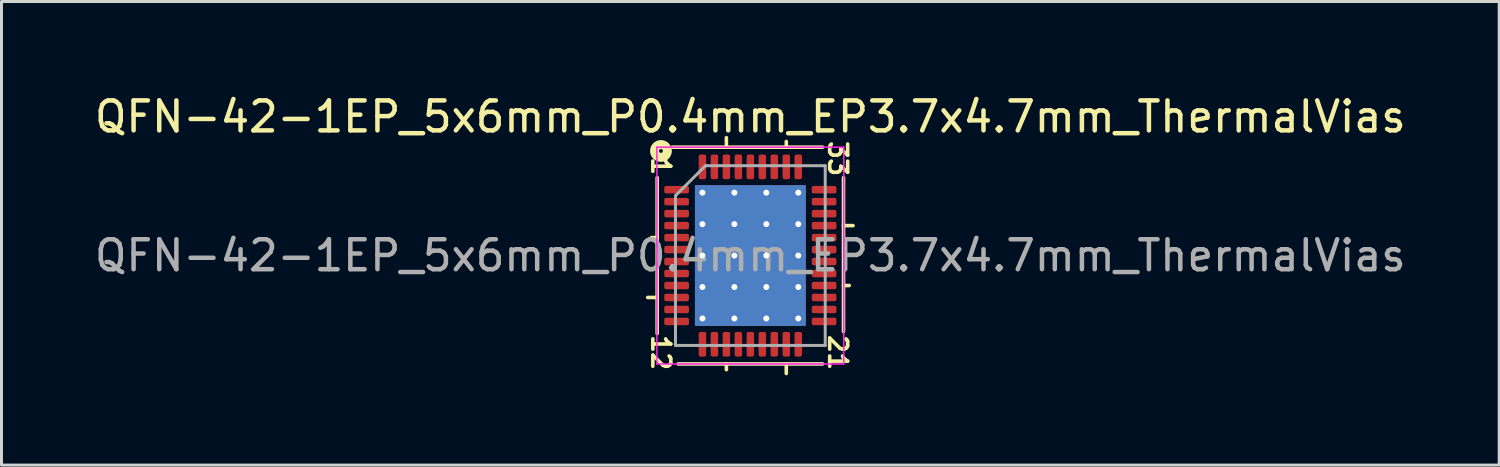
<source format=kicad_pcb>
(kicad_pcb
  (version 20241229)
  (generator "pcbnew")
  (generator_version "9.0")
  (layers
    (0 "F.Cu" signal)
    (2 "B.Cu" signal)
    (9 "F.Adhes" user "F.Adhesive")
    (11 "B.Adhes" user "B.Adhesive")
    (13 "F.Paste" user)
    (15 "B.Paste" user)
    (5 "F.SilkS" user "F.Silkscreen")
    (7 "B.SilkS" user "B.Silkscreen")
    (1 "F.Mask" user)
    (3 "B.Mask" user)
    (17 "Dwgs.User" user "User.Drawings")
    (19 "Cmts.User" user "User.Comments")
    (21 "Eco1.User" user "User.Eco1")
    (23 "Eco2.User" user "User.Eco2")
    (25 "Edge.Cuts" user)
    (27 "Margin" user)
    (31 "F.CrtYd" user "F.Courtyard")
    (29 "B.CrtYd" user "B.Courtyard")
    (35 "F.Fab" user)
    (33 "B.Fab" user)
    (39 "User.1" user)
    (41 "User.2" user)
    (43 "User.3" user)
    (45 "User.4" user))
  (footprint "QFN-42-1EP_5x6mm_P0.4mm_EP3.7x4.7mm_ThermalVias"
    (layer "F.Cu")
    (at 22.006 5.484)
    (property "Reference" "QFN-42-1EP_5x6mm_P0.4mm_EP3.7x4.7mm_ThermalVias" (at 0 -4.636 0) (layer "F.SilkS") (effects (font (size 1 1) (thickness 0.15))))
    (attr smd)
    (fp_line (start -3.111 -2.603) (end -3.111 2.603) (stroke (width 0.12) (type solid)) (layer "F.SilkS"))
    (fp_line (start -3.111 -0.6) (end -3.302 -0.6) (stroke (width 0.12) (type solid)) (layer "F.SilkS"))
    (fp_line (start -3.111 1.4) (end -3.429 1.4) (stroke (width 0.12) (type solid)) (layer "F.SilkS"))
    (fp_line (start -2.413 3.619) (end 2.413 3.619) (stroke (width 0.12) (type solid)) (layer "F.SilkS"))
    (fp_line (start -0.8 -3.937) (end -0.8 -3.619) (stroke (width 0.12) (type solid)) (layer "F.SilkS"))
    (fp_line (start -0.8 3.619) (end -0.8 3.81) (stroke (width 0.12) (type solid)) (layer "F.SilkS"))
    (fp_line (start 1.2 -3.81) (end 1.2 -3.619) (stroke (width 0.12) (type solid)) (layer "F.SilkS"))
    (fp_line (start 1.2 3.619) (end 1.2 3.937) (stroke (width 0.12) (type solid)) (layer "F.SilkS"))
    (fp_line (start 2.413 -3.619) (end -2.603 -3.619) (stroke (width 0.12) (type solid)) (layer "F.SilkS"))
    (fp_line (start 3.111 -1) (end 3.429 -1) (stroke (width 0.12) (type solid)) (layer "F.SilkS"))
    (fp_line (start 3.111 1) (end 3.302 1) (stroke (width 0.12) (type solid)) (layer "F.SilkS"))
    (fp_line (start 3.111 2.54) (end 3.111 -2.603) (stroke (width 0.12) (type solid)) (layer "F.SilkS"))
    (fp_circle (center -2.985 -3.493) (end -2.921 -3.493) (stroke (width 0.3) (type solid)) (fill no) (layer "F.SilkS"))
    (fp_line (start -3.12 -3.62) (end -3.12 3.62) (stroke (width 0.05) (type solid)) (layer "F.CrtYd"))
    (fp_line (start -3.12 3.62) (end 3.12 3.62) (stroke (width 0.05) (type solid)) (layer "F.CrtYd"))
    (fp_line (start 3.12 -3.62) (end -3.12 -3.62) (stroke (width 0.05) (type solid)) (layer "F.CrtYd"))
    (fp_line (start 3.12 3.62) (end 3.12 -3.62) (stroke (width 0.05) (type solid)) (layer "F.CrtYd"))
    (fp_line (start -2.5 -2) (end -1.5 -3) (stroke (width 0.1) (type solid)) (layer "F.Fab"))
    (fp_line (start -2.5 3) (end -2.5 -2) (stroke (width 0.1) (type solid)) (layer "F.Fab"))
    (fp_line (start -1.5 -3) (end 2.5 -3) (stroke (width 0.1) (type solid)) (layer "F.Fab"))
    (fp_line (start 2.5 -3) (end 2.5 3) (stroke (width 0.1) (type solid)) (layer "F.Fab"))
    (fp_line (start 2.5 3) (end -2.5 3) (stroke (width 0.1) (type solid)) (layer "F.Fab"))
    (fp_text user "21" (at 2.921 3.239 270) (unlocked yes) (layer "F.SilkS") (effects (font (size 0.6 0.6) (thickness 0.12))))
    (fp_text user "33" (at 2.921 -3.239 270) (unlocked yes) (layer "F.SilkS") (effects (font (size 0.6 0.6) (thickness 0.12))))
    (fp_text user "1" (at -2.985 -2.985 270) (unlocked yes) (layer "F.SilkS") (effects (font (size 0.6 0.6) (thickness 0.12))))
    (fp_text user "12" (at -2.985 3.239 270) (unlocked yes) (layer "F.SilkS") (effects (font (size 0.6 0.6) (thickness 0.12))))
    (fp_text user "${REFERENCE}" (at 0 0 0) (layer "F.Fab") (effects (font (size 1 1) (thickness 0.15))))
    (pad "" smd custom (at -1.067 -1.575) (size 0.799 0.799) (layers "F.Paste") (options (anchor circle)) (primitives (gr_poly (pts (xy 0.366 -0.252) (xy 0.366 0.252) (xy 0.274 0.344) (xy -0.274 0.344) (xy -0.366 0.252) (xy -0.366 -0.252) (xy -0.274 -0.344) (xy 0.274 -0.344)) (width 0.222) (fill yes))))
    (pad "" smd custom (at -1.067 -0.525) (size 0.799 0.799) (layers "F.Paste") (options (anchor circle)) (primitives (gr_poly (pts (xy 0.366 -0.252) (xy 0.366 0.252) (xy 0.274 0.344) (xy -0.274 0.344) (xy -0.366 0.252) (xy -0.366 -0.252) (xy -0.274 -0.344) (xy 0.274 -0.344)) (width 0.222) (fill yes))))
    (pad "" smd custom (at -1.067 0.525) (size 0.799 0.799) (layers "F.Paste") (options (anchor circle)) (primitives (gr_poly (pts (xy 0.366 -0.252) (xy 0.366 0.252) (xy 0.274 0.344) (xy -0.274 0.344) (xy -0.366 0.252) (xy -0.366 -0.252) (xy -0.274 -0.344) (xy 0.274 -0.344)) (width 0.222) (fill yes))))
    (pad "" smd custom (at -1.067 1.575) (size 0.799 0.799) (layers "F.Paste") (options (anchor circle)) (primitives (gr_poly (pts (xy 0.366 -0.252) (xy 0.366 0.252) (xy 0.274 0.344) (xy -0.274 0.344) (xy -0.366 0.252) (xy -0.366 -0.252) (xy -0.274 -0.344) (xy 0.274 -0.344)) (width 0.222) (fill yes))))
    (pad "" smd custom (at 0 -1.575) (size 0.799 0.799) (layers "F.Paste") (options (anchor circle)) (primitives (gr_poly (pts (xy 0.366 -0.252) (xy 0.366 0.252) (xy 0.274 0.344) (xy -0.274 0.344) (xy -0.366 0.252) (xy -0.366 -0.252) (xy -0.274 -0.344) (xy 0.274 -0.344)) (width 0.222) (fill yes))))
    (pad "" smd custom (at 0 -0.525) (size 0.799 0.799) (layers "F.Paste") (options (anchor circle)) (primitives (gr_poly (pts (xy 0.366 -0.252) (xy 0.366 0.252) (xy 0.274 0.344) (xy -0.274 0.344) (xy -0.366 0.252) (xy -0.366 -0.252) (xy -0.274 -0.344) (xy 0.274 -0.344)) (width 0.222) (fill yes))))
    (pad "" smd custom (at 0 0.525) (size 0.799 0.799) (layers "F.Paste") (options (anchor circle)) (primitives (gr_poly (pts (xy 0.366 -0.252) (xy 0.366 0.252) (xy 0.274 0.344) (xy -0.274 0.344) (xy -0.366 0.252) (xy -0.366 -0.252) (xy -0.274 -0.344) (xy 0.274 -0.344)) (width 0.222) (fill yes))))
    (pad "" smd custom (at 0 1.575) (size 0.799 0.799) (layers "F.Paste") (options (anchor circle)) (primitives (gr_poly (pts (xy 0.366 -0.252) (xy 0.366 0.252) (xy 0.274 0.344) (xy -0.274 0.344) (xy -0.366 0.252) (xy -0.366 -0.252) (xy -0.274 -0.344) (xy 0.274 -0.344)) (width 0.222) (fill yes))))
    (pad "" smd custom (at 1.067 -1.575) (size 0.799 0.799) (layers "F.Paste") (options (anchor circle)) (primitives (gr_poly (pts (xy 0.366 -0.252) (xy 0.366 0.252) (xy 0.274 0.344) (xy -0.274 0.344) (xy -0.366 0.252) (xy -0.366 -0.252) (xy -0.274 -0.344) (xy 0.274 -0.344)) (width 0.222) (fill yes))))
    (pad "" smd custom (at 1.067 -0.525) (size 0.799 0.799) (layers "F.Paste") (options (anchor circle)) (primitives (gr_poly (pts (xy 0.366 -0.252) (xy 0.366 0.252) (xy 0.274 0.344) (xy -0.274 0.344) (xy -0.366 0.252) (xy -0.366 -0.252) (xy -0.274 -0.344) (xy 0.274 -0.344)) (width 0.222) (fill yes))))
    (pad "" smd custom (at 1.067 0.525) (size 0.799 0.799) (layers "F.Paste") (options (anchor circle)) (primitives (gr_poly (pts (xy 0.366 -0.252) (xy 0.366 0.252) (xy 0.274 0.344) (xy -0.274 0.344) (xy -0.366 0.252) (xy -0.366 -0.252) (xy -0.274 -0.344) (xy 0.274 -0.344)) (width 0.222) (fill yes))))
    (pad "" smd custom (at 1.067 1.575) (size 0.799 0.799) (layers "F.Paste") (options (anchor circle)) (primitives (gr_poly (pts (xy 0.366 -0.252) (xy 0.366 0.252) (xy 0.274 0.344) (xy -0.274 0.344) (xy -0.366 0.252) (xy -0.366 -0.252) (xy -0.274 -0.344) (xy 0.274 -0.344)) (width 0.222) (fill yes))))
    (pad "1" smd roundrect (at -2.462 -2.2) (size 0.825 0.25) (layers "F.Cu" "F.Mask" "F.Paste") (roundrect_rratio 0.25))
    (pad "2" smd roundrect (at -2.462 -1.8) (size 0.825 0.25) (layers "F.Cu" "F.Mask" "F.Paste") (roundrect_rratio 0.25))
    (pad "3" smd roundrect (at -2.462 -1.4) (size 0.825 0.25) (layers "F.Cu" "F.Mask" "F.Paste") (roundrect_rratio 0.25))
    (pad "4" smd roundrect (at -2.462 -1) (size 0.825 0.25) (layers "F.Cu" "F.Mask" "F.Paste") (roundrect_rratio 0.25))
    (pad "5" smd roundrect (at -2.462 -0.6) (size 0.825 0.25) (layers "F.Cu" "F.Mask" "F.Paste") (roundrect_rratio 0.25))
    (pad "6" smd roundrect (at -2.462 -0.2) (size 0.825 0.25) (layers "F.Cu" "F.Mask" "F.Paste") (roundrect_rratio 0.25))
    (pad "7" smd roundrect (at -2.462 0.2) (size 0.825 0.25) (layers "F.Cu" "F.Mask" "F.Paste") (roundrect_rratio 0.25))
    (pad "8" smd roundrect (at -2.462 0.6) (size 0.825 0.25) (layers "F.Cu" "F.Mask" "F.Paste") (roundrect_rratio 0.25))
    (pad "9" smd roundrect (at -2.462 1) (size 0.825 0.25) (layers "F.Cu" "F.Mask" "F.Paste") (roundrect_rratio 0.25))
    (pad "10" smd roundrect (at -2.462 1.4) (size 0.825 0.25) (layers "F.Cu" "F.Mask" "F.Paste") (roundrect_rratio 0.25))
    (pad "11" smd roundrect (at -2.462 1.8) (size 0.825 0.25) (layers "F.Cu" "F.Mask" "F.Paste") (roundrect_rratio 0.25))
    (pad "12" smd roundrect (at -2.462 2.2) (size 0.825 0.25) (layers "F.Cu" "F.Mask" "F.Paste") (roundrect_rratio 0.25))
    (pad "13" smd roundrect (at -1.6 2.962) (size 0.25 0.825) (layers "F.Cu" "F.Mask" "F.Paste") (roundrect_rratio 0.25))
    (pad "14" smd roundrect (at -1.2 2.962) (size 0.25 0.825) (layers "F.Cu" "F.Mask" "F.Paste") (roundrect_rratio 0.25))
    (pad "15" smd roundrect (at -0.8 2.962) (size 0.25 0.825) (layers "F.Cu" "F.Mask" "F.Paste") (roundrect_rratio 0.25))
    (pad "16" smd roundrect (at -0.4 2.962) (size 0.25 0.825) (layers "F.Cu" "F.Mask" "F.Paste") (roundrect_rratio 0.25))
    (pad "17" smd roundrect (at 0 2.962) (size 0.25 0.825) (layers "F.Cu" "F.Mask" "F.Paste") (roundrect_rratio 0.25))
    (pad "18" smd roundrect (at 0.4 2.962) (size 0.25 0.825) (layers "F.Cu" "F.Mask" "F.Paste") (roundrect_rratio 0.25))
    (pad "19" smd roundrect (at 0.8 2.962) (size 0.25 0.825) (layers "F.Cu" "F.Mask" "F.Paste") (roundrect_rratio 0.25))
    (pad "20" smd roundrect (at 1.2 2.962) (size 0.25 0.825) (layers "F.Cu" "F.Mask" "F.Paste") (roundrect_rratio 0.25))
    (pad "21" smd roundrect (at 1.6 2.962) (size 0.25 0.825) (layers "F.Cu" "F.Mask" "F.Paste") (roundrect_rratio 0.25))
    (pad "22" smd roundrect (at 2.462 2.2) (size 0.825 0.25) (layers "F.Cu" "F.Mask" "F.Paste") (roundrect_rratio 0.25))
    (pad "23" smd roundrect (at 2.462 1.8) (size 0.825 0.25) (layers "F.Cu" "F.Mask" "F.Paste") (roundrect_rratio 0.25))
    (pad "24" smd roundrect (at 2.462 1.4) (size 0.825 0.25) (layers "F.Cu" "F.Mask" "F.Paste") (roundrect_rratio 0.25))
    (pad "25" smd roundrect (at 2.462 1) (size 0.825 0.25) (layers "F.Cu" "F.Mask" "F.Paste") (roundrect_rratio 0.25))
    (pad "26" smd roundrect (at 2.462 0.6) (size 0.825 0.25) (layers "F.Cu" "F.Mask" "F.Paste") (roundrect_rratio 0.25))
    (pad "27" smd roundrect (at 2.462 0.2) (size 0.825 0.25) (layers "F.Cu" "F.Mask" "F.Paste") (roundrect_rratio 0.25))
    (pad "28" smd roundrect (at 2.462 -0.2) (size 0.825 0.25) (layers "F.Cu" "F.Mask" "F.Paste") (roundrect_rratio 0.25))
    (pad "29" smd roundrect (at 2.462 -0.6) (size 0.825 0.25) (layers "F.Cu" "F.Mask" "F.Paste") (roundrect_rratio 0.25))
    (pad "30" smd roundrect (at 2.462 -1) (size 0.825 0.25) (layers "F.Cu" "F.Mask" "F.Paste") (roundrect_rratio 0.25))
    (pad "31" smd roundrect (at 2.462 -1.4) (size 0.825 0.25) (layers "F.Cu" "F.Mask" "F.Paste") (roundrect_rratio 0.25))
    (pad "32" smd roundrect (at 2.462 -1.8) (size 0.825 0.25) (layers "F.Cu" "F.Mask" "F.Paste") (roundrect_rratio 0.25))
    (pad "33" smd roundrect (at 2.462 -2.2) (size 0.825 0.25) (layers "F.Cu" "F.Mask" "F.Paste") (roundrect_rratio 0.25))
    (pad "34" smd roundrect (at 1.6 -2.962) (size 0.25 0.825) (layers "F.Cu" "F.Mask" "F.Paste") (roundrect_rratio 0.25))
    (pad "35" smd roundrect (at 1.2 -2.962) (size 0.25 0.825) (layers "F.Cu" "F.Mask" "F.Paste") (roundrect_rratio 0.25))
    (pad "36" smd roundrect (at 0.8 -2.962) (size 0.25 0.825) (layers "F.Cu" "F.Mask" "F.Paste") (roundrect_rratio 0.25))
    (pad "37" smd roundrect (at 0.4 -2.962) (size 0.25 0.825) (layers "F.Cu" "F.Mask" "F.Paste") (roundrect_rratio 0.25))
    (pad "38" smd roundrect (at 0 -2.962) (size 0.25 0.825) (layers "F.Cu" "F.Mask" "F.Paste") (roundrect_rratio 0.25))
    (pad "39" smd roundrect (at -0.4 -2.962) (size 0.25 0.825) (layers "F.Cu" "F.Mask" "F.Paste") (roundrect_rratio 0.25))
    (pad "40" smd roundrect (at -0.8 -2.962) (size 0.25 0.825) (layers "F.Cu" "F.Mask" "F.Paste") (roundrect_rratio 0.25))
    (pad "41" smd roundrect (at -1.2 -2.962) (size 0.25 0.825) (layers "F.Cu" "F.Mask" "F.Paste") (roundrect_rratio 0.25))
    (pad "42" smd roundrect (at -1.6 -2.962) (size 0.25 0.825) (layers "F.Cu" "F.Mask" "F.Paste") (roundrect_rratio 0.25))
    (pad "43" thru_hole circle (at -1.6 -2.1) (size 0.5 0.5) (drill 0.2) (layers "*.Cu"))
    (pad "43" thru_hole circle (at -1.6 -1.05) (size 0.5 0.5) (drill 0.2) (layers "*.Cu"))
    (pad "43" thru_hole circle (at -1.6 0) (size 0.5 0.5) (drill 0.2) (layers "*.Cu"))
    (pad "43" thru_hole circle (at -1.6 1.05) (size 0.5 0.5) (drill 0.2) (layers "*.Cu"))
    (pad "43" thru_hole circle (at -1.6 2.1) (size 0.5 0.5) (drill 0.2) (layers "*.Cu"))
    (pad "43" thru_hole circle (at -0.533 -2.1) (size 0.5 0.5) (drill 0.2) (layers "*.Cu"))
    (pad "43" thru_hole circle (at -0.533 -1.05) (size 0.5 0.5) (drill 0.2) (layers "*.Cu"))
    (pad "43" thru_hole circle (at -0.533 0) (size 0.5 0.5) (drill 0.2) (layers "*.Cu"))
    (pad "43" thru_hole circle (at -0.533 1.05) (size 0.5 0.5) (drill 0.2) (layers "*.Cu"))
    (pad "43" thru_hole circle (at -0.533 2.1) (size 0.5 0.5) (drill 0.2) (layers "*.Cu"))
    (pad "43" smd rect (at 0 0) (size 3.7 4.7) (layers "F.Cu" "F.Mask"))
    (pad "43" smd rect (at 0 0) (size 3.7 4.7) (layers "B.Cu" "B.Mask"))
    (pad "43" thru_hole circle (at 0.533 -2.1) (size 0.5 0.5) (drill 0.2) (layers "*.Cu"))
    (pad "43" thru_hole circle (at 0.533 -1.05) (size 0.5 0.5) (drill 0.2) (layers "*.Cu"))
    (pad "43" thru_hole circle (at 0.533 0) (size 0.5 0.5) (drill 0.2) (layers "*.Cu"))
    (pad "43" thru_hole circle (at 0.533 1.05) (size 0.5 0.5) (drill 0.2) (layers "*.Cu"))
    (pad "43" thru_hole circle (at 0.533 2.1) (size 0.5 0.5) (drill 0.2) (layers "*.Cu"))
    (pad "43" thru_hole circle (at 1.6 -2.1) (size 0.5 0.5) (drill 0.2) (layers "*.Cu"))
    (pad "43" thru_hole circle (at 1.6 -1.05) (size 0.5 0.5) (drill 0.2) (layers "*.Cu"))
    (pad "43" thru_hole circle (at 1.6 0) (size 0.5 0.5) (drill 0.2) (layers "*.Cu"))
    (pad "43" thru_hole circle (at 1.6 1.05) (size 0.5 0.5) (drill 0.2) (layers "*.Cu"))
    (pad "43" thru_hole circle (at 1.6 2.1) (size 0.5 0.5) (drill 0.2) (layers "*.Cu")))
  (gr_rect
    (start -3 -3)
    (end 47.012 12.481)
    (stroke (width 0.1) (type default))
    (fill no)
    (layer "Edge.Cuts")))
</source>
